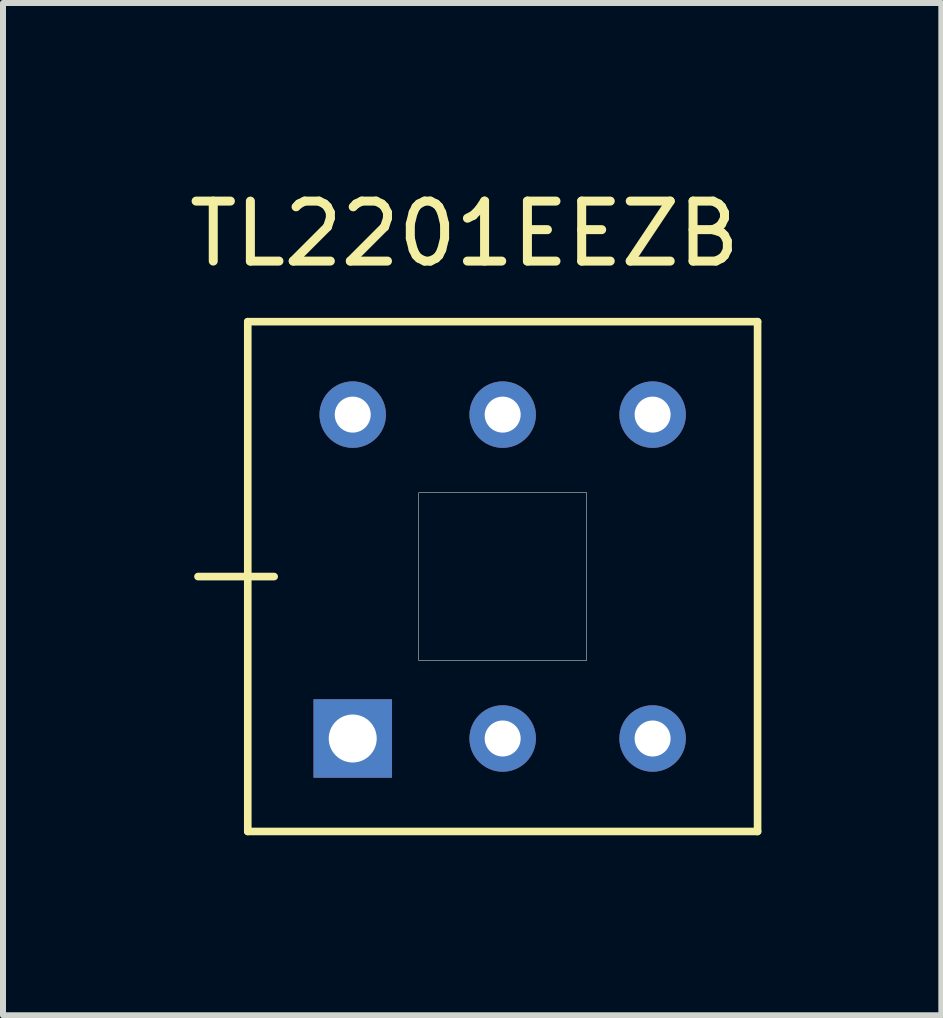
<source format=kicad_pcb>
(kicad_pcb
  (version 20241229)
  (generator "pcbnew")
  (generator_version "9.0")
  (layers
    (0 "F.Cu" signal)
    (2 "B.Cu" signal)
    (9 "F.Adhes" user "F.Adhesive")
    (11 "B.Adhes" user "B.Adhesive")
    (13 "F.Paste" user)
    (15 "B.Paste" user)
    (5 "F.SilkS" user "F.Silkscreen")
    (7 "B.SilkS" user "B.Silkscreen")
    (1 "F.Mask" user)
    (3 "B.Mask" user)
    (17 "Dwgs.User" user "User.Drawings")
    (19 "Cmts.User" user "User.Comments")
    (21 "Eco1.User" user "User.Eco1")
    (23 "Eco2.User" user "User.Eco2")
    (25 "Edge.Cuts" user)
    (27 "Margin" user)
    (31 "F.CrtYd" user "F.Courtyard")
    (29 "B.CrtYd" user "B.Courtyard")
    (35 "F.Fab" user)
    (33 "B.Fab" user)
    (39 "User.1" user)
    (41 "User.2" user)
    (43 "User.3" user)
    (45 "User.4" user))
  (footprint "TL2201EEZB"
    (layer "F.Cu")
    (at 5.331 6.563)
    (property "Reference" "TL2201EEZB" (at -0.635 -5.715 0) (layer "F.SilkS") (effects (font (size 1 1) (thickness 0.15))))
    (attr through_hole)
    (fp_line (start -4.25 -4.25) (end -4.25 4.25) (stroke (width 0.127) (type solid)) (layer "F.SilkS"))
    (fp_line (start -4.25 4.25) (end 4.25 4.25) (stroke (width 0.127) (type solid)) (layer "F.SilkS"))
    (fp_line (start -3.81 0) (end -5.08 0) (stroke (width 0.127) (type solid)) (layer "F.SilkS"))
    (fp_line (start 4.25 -4.25) (end -4.25 -4.25) (stroke (width 0.127) (type solid)) (layer "F.SilkS"))
    (fp_line (start 4.25 4.25) (end 4.25 -4.25) (stroke (width 0.127) (type solid)) (layer "F.SilkS"))
    (fp_poly (pts (xy -1.4 -1.4) (xy 1.4 -1.4) (xy 1.4 1.4) (xy -1.4 1.4)) (stroke (width 0.01) (type solid)) (fill no) (layer "Dwgs.User"))
    (pad "P$1" thru_hole rect (at -2.5 2.7) (size 1.308 1.308) (drill 0.8) (layers "*.Cu" "*.Mask"))
    (pad "P$2" thru_hole circle (at 0 2.7) (size 1.108 1.108) (drill 0.6) (layers "*.Cu" "*.Mask"))
    (pad "P$3" thru_hole circle (at 2.5 2.7) (size 1.108 1.108) (drill 0.6) (layers "*.Cu" "*.Mask"))
    (pad "P$4" thru_hole circle (at -2.5 -2.7) (size 1.108 1.108) (drill 0.6) (layers "*.Cu" "*.Mask"))
    (pad "P$5" thru_hole circle (at 0 -2.7) (size 1.108 1.108) (drill 0.6) (layers "*.Cu" "*.Mask"))
    (pad "P$6" thru_hole circle (at 2.5 -2.7) (size 1.108 1.108) (drill 0.6) (layers "*.Cu" "*.Mask")))
  (gr_rect
    (start -3 -3)
    (end 12.645 13.877)
    (stroke (width 0.1) (type default))
    (fill no)
    (layer "Edge.Cuts")))
</source>
